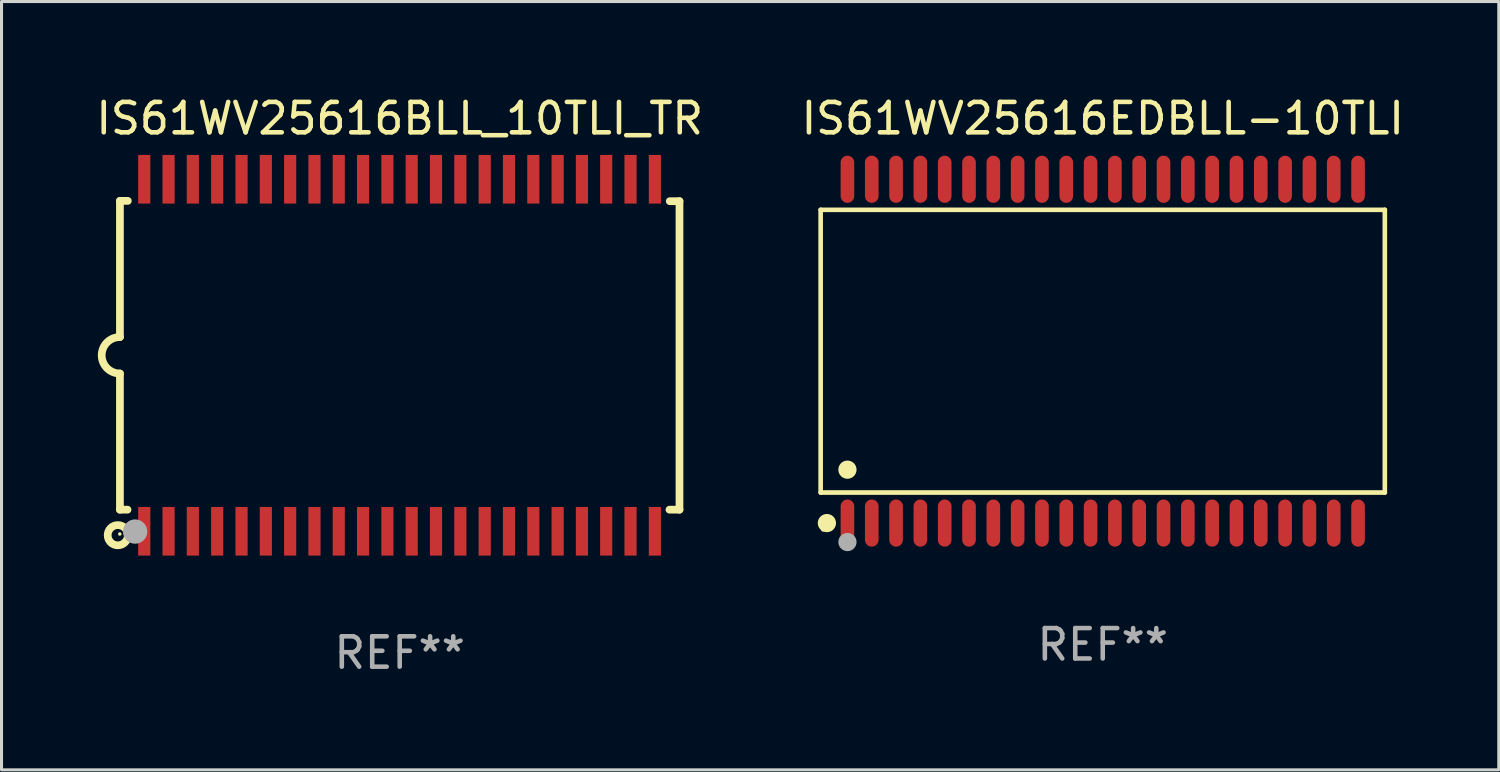
<source format=kicad_pcb>
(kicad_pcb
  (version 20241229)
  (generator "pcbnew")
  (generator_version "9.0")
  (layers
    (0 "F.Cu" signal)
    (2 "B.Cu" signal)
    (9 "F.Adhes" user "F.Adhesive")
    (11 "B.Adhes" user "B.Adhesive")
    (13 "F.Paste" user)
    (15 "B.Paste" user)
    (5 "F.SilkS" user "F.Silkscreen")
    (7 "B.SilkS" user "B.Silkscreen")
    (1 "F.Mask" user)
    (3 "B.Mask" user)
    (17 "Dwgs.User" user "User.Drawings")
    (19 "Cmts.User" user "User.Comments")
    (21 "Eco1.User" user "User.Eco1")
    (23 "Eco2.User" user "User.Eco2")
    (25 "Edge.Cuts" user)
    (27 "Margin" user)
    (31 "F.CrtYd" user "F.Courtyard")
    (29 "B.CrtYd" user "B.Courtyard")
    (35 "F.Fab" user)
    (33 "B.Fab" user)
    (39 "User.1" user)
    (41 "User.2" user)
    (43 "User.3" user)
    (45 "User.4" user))
  (footprint "IS61WV25616EDBLL-10TLI"
    (layer "F.Cu")
    (at 33.232 8.504)
    (property "Reference" "IS61WV25616EDBLL-10TLI" (at 0 -7.656 0) (layer "F.SilkS") (effects (font (size 1 1) (thickness 0.15))))
    (attr through_hole)
    (fp_line (start -9.281 -4.651) (end 9.281 -4.651) (stroke (width 0.152) (type solid)) (layer "F.SilkS"))
    (fp_line (start -9.281 4.651) (end -9.281 -4.651) (stroke (width 0.152) (type solid)) (layer "F.SilkS"))
    (fp_line (start 9.281 -4.651) (end 9.281 4.651) (stroke (width 0.152) (type solid)) (layer "F.SilkS"))
    (fp_line (start 9.281 4.651) (end -9.281 4.651) (stroke (width 0.152) (type solid)) (layer "F.SilkS"))
    (fp_circle (center -9.205 5.88) (end -9.175 5.88) (stroke (width 0.06) (type solid)) (fill no) (layer "F.SilkS"))
    (fp_circle (center -9.076 5.656) (end -8.926 5.656) (stroke (width 0.3) (type solid)) (fill no) (layer "F.SilkS"))
    (fp_circle (center -8.4 3.899) (end -8.25 3.899) (stroke (width 0.3) (type solid)) (fill no) (layer "F.SilkS"))
    (fp_circle (center -8.4 6.28) (end -8.25 6.28) (stroke (width 0.3) (type solid)) (fill no) (layer "F.Fab"))
    (fp_text user "REF**" (at 0 9.656 0) (layer "F.Fab") (effects (font (size 1 1) (thickness 0.15))))
    (pad "1" smd oval (at -8.4 5.656) (size 0.448 1.551) (layers "F.Cu" "F.Mask" "F.Paste"))
    (pad "2" smd oval (at -7.6 5.656) (size 0.448 1.551) (layers "F.Cu" "F.Mask" "F.Paste"))
    (pad "3" smd oval (at -6.8 5.656) (size 0.448 1.551) (layers "F.Cu" "F.Mask" "F.Paste"))
    (pad "4" smd oval (at -6 5.656) (size 0.448 1.551) (layers "F.Cu" "F.Mask" "F.Paste"))
    (pad "5" smd oval (at -5.2 5.656) (size 0.448 1.551) (layers "F.Cu" "F.Mask" "F.Paste"))
    (pad "6" smd oval (at -4.4 5.656) (size 0.448 1.551) (layers "F.Cu" "F.Mask" "F.Paste"))
    (pad "7" smd oval (at -3.6 5.656) (size 0.448 1.551) (layers "F.Cu" "F.Mask" "F.Paste"))
    (pad "8" smd oval (at -2.8 5.656) (size 0.448 1.551) (layers "F.Cu" "F.Mask" "F.Paste"))
    (pad "9" smd oval (at -2 5.656) (size 0.448 1.551) (layers "F.Cu" "F.Mask" "F.Paste"))
    (pad "10" smd oval (at -1.2 5.656) (size 0.448 1.551) (layers "F.Cu" "F.Mask" "F.Paste"))
    (pad "11" smd oval (at -0.4 5.656) (size 0.448 1.551) (layers "F.Cu" "F.Mask" "F.Paste"))
    (pad "12" smd oval (at 0.4 5.656) (size 0.448 1.551) (layers "F.Cu" "F.Mask" "F.Paste"))
    (pad "13" smd oval (at 1.2 5.656) (size 0.448 1.551) (layers "F.Cu" "F.Mask" "F.Paste"))
    (pad "14" smd oval (at 2 5.656) (size 0.448 1.551) (layers "F.Cu" "F.Mask" "F.Paste"))
    (pad "15" smd oval (at 2.8 5.656) (size 0.448 1.551) (layers "F.Cu" "F.Mask" "F.Paste"))
    (pad "16" smd oval (at 3.6 5.656) (size 0.448 1.551) (layers "F.Cu" "F.Mask" "F.Paste"))
    (pad "17" smd oval (at 4.4 5.656) (size 0.448 1.551) (layers "F.Cu" "F.Mask" "F.Paste"))
    (pad "18" smd oval (at 5.2 5.656) (size 0.448 1.551) (layers "F.Cu" "F.Mask" "F.Paste"))
    (pad "19" smd oval (at 6 5.656) (size 0.448 1.551) (layers "F.Cu" "F.Mask" "F.Paste"))
    (pad "20" smd oval (at 6.8 5.656) (size 0.448 1.551) (layers "F.Cu" "F.Mask" "F.Paste"))
    (pad "21" smd oval (at 7.6 5.656) (size 0.448 1.551) (layers "F.Cu" "F.Mask" "F.Paste"))
    (pad "22" smd oval (at 8.4 5.656) (size 0.448 1.551) (layers "F.Cu" "F.Mask" "F.Paste"))
    (pad "23" smd oval (at 8.4 -5.656) (size 0.448 1.551) (layers "F.Cu" "F.Mask" "F.Paste"))
    (pad "24" smd oval (at 7.6 -5.656) (size 0.448 1.551) (layers "F.Cu" "F.Mask" "F.Paste"))
    (pad "25" smd oval (at 6.8 -5.656) (size 0.448 1.551) (layers "F.Cu" "F.Mask" "F.Paste"))
    (pad "26" smd oval (at 6 -5.656) (size 0.448 1.551) (layers "F.Cu" "F.Mask" "F.Paste"))
    (pad "27" smd oval (at 5.2 -5.656) (size 0.448 1.551) (layers "F.Cu" "F.Mask" "F.Paste"))
    (pad "28" smd oval (at 4.4 -5.656) (size 0.448 1.551) (layers "F.Cu" "F.Mask" "F.Paste"))
    (pad "29" smd oval (at 3.6 -5.656) (size 0.448 1.551) (layers "F.Cu" "F.Mask" "F.Paste"))
    (pad "30" smd oval (at 2.8 -5.656) (size 0.448 1.551) (layers "F.Cu" "F.Mask" "F.Paste"))
    (pad "31" smd oval (at 2 -5.656) (size 0.448 1.551) (layers "F.Cu" "F.Mask" "F.Paste"))
    (pad "32" smd oval (at 1.2 -5.656) (size 0.448 1.551) (layers "F.Cu" "F.Mask" "F.Paste"))
    (pad "33" smd oval (at 0.4 -5.656) (size 0.448 1.551) (layers "F.Cu" "F.Mask" "F.Paste"))
    (pad "34" smd oval (at -0.4 -5.656) (size 0.448 1.551) (layers "F.Cu" "F.Mask" "F.Paste"))
    (pad "35" smd oval (at -1.2 -5.656) (size 0.448 1.551) (layers "F.Cu" "F.Mask" "F.Paste"))
    (pad "36" smd oval (at -2 -5.656) (size 0.448 1.551) (layers "F.Cu" "F.Mask" "F.Paste"))
    (pad "37" smd oval (at -2.8 -5.656) (size 0.448 1.551) (layers "F.Cu" "F.Mask" "F.Paste"))
    (pad "38" smd oval (at -3.6 -5.656) (size 0.448 1.551) (layers "F.Cu" "F.Mask" "F.Paste"))
    (pad "39" smd oval (at -4.4 -5.656) (size 0.448 1.551) (layers "F.Cu" "F.Mask" "F.Paste"))
    (pad "40" smd oval (at -5.2 -5.656) (size 0.448 1.551) (layers "F.Cu" "F.Mask" "F.Paste"))
    (pad "41" smd oval (at -6 -5.656) (size 0.448 1.551) (layers "F.Cu" "F.Mask" "F.Paste"))
    (pad "42" smd oval (at -6.8 -5.656) (size 0.448 1.551) (layers "F.Cu" "F.Mask" "F.Paste"))
    (pad "43" smd oval (at -7.6 -5.656) (size 0.448 1.551) (layers "F.Cu" "F.Mask" "F.Paste"))
    (pad "44" smd oval (at -8.4 -5.656) (size 0.448 1.551) (layers "F.Cu" "F.Mask" "F.Paste")))
  (footprint "IS61WV25616BLL_10TLI_TR"
    (layer "F.Cu")
    (at 10.101 8.639)
    (property "Reference" "IS61WV25616BLL_10TLI_TR" (at 0 -7.791 0) (layer "F.SilkS") (effects (font (size 1 1) (thickness 0.15))))
    (attr through_hole)
    (fp_line (start -9.205 -5.08) (end -9.205 -0.6) (stroke (width 0.254) (type solid)) (layer "F.SilkS"))
    (fp_line (start -9.205 5.08) (end -9.205 0.6) (stroke (width 0.254) (type solid)) (layer "F.SilkS"))
    (fp_line (start -8.955 5.08) (end -9.205 5.08) (stroke (width 0.254) (type solid)) (layer "F.SilkS"))
    (fp_line (start -8.945 -5.08) (end -9.205 -5.08) (stroke (width 0.254) (type solid)) (layer "F.SilkS"))
    (fp_line (start 8.885 -5.07) (end 9.205 -5.07) (stroke (width 0.254) (type solid)) (layer "F.SilkS"))
    (fp_line (start 9.205 -5.07) (end 9.205 5.08) (stroke (width 0.254) (type solid)) (layer "F.SilkS"))
    (fp_line (start 9.205 5.08) (end 8.875 5.08) (stroke (width 0.254) (type solid)) (layer "F.SilkS"))
    (fp_arc (start -9.204978 0.6) (mid -9.804623 0.000241) (end -9.204902 -0.599442) (stroke (width 0.254001) (type solid)) (layer "F.SilkS"))
    (fp_circle (center -9.275 5.92) (end -8.942 5.92) (stroke (width 0.254) (type solid)) (fill no) (layer "F.SilkS"))
    (fp_circle (center -9.21 5.88) (end -9.18 5.88) (stroke (width 0.06) (type solid)) (fill no) (layer "F.SilkS"))
    (fp_circle (center -8.705 5.8) (end -8.505 5.8) (stroke (width 0.4) (type solid)) (fill no) (layer "F.Fab"))
    (fp_text user "REF**" (at 0 9.791 0) (layer "F.Fab") (effects (font (size 1 1) (thickness 0.15))))
    (pad "1" smd rect (at -8.405 5.791) (size 0.4 1.6) (layers "F.Cu" "F.Mask" "F.Paste"))
    (pad "2" smd rect (at -7.605 5.791) (size 0.4 1.6) (layers "F.Cu" "F.Mask" "F.Paste"))
    (pad "3" smd rect (at -6.806 5.791) (size 0.4 1.6) (layers "F.Cu" "F.Mask" "F.Paste"))
    (pad "4" smd rect (at -6.005 5.791) (size 0.4 1.6) (layers "F.Cu" "F.Mask" "F.Paste"))
    (pad "5" smd rect (at -5.204 5.791) (size 0.4 1.6) (layers "F.Cu" "F.Mask" "F.Paste"))
    (pad "6" smd rect (at -4.405 5.791) (size 0.4 1.6) (layers "F.Cu" "F.Mask" "F.Paste"))
    (pad "7" smd rect (at -3.604 5.791) (size 0.4 1.6) (layers "F.Cu" "F.Mask" "F.Paste"))
    (pad "8" smd rect (at -2.805 5.791) (size 0.4 1.6) (layers "F.Cu" "F.Mask" "F.Paste"))
    (pad "9" smd rect (at -2.005 5.791) (size 0.4 1.6) (layers "F.Cu" "F.Mask" "F.Paste"))
    (pad "10" smd rect (at -1.206 5.791) (size 0.4 1.6) (layers "F.Cu" "F.Mask" "F.Paste"))
    (pad "11" smd rect (at -0.405 5.791) (size 0.4 1.6) (layers "F.Cu" "F.Mask" "F.Paste"))
    (pad "12" smd rect (at 0.395 5.791) (size 0.4 1.6) (layers "F.Cu" "F.Mask" "F.Paste"))
    (pad "13" smd rect (at 1.194 5.791) (size 0.4 1.6) (layers "F.Cu" "F.Mask" "F.Paste"))
    (pad "14" smd rect (at 1.995 5.791) (size 0.4 1.6) (layers "F.Cu" "F.Mask" "F.Paste"))
    (pad "15" smd rect (at 2.796 5.791) (size 0.4 1.6) (layers "F.Cu" "F.Mask" "F.Paste"))
    (pad "16" smd rect (at 3.595 5.791) (size 0.4 1.6) (layers "F.Cu" "F.Mask" "F.Paste"))
    (pad "17" smd rect (at 4.396 5.791) (size 0.4 1.6) (layers "F.Cu" "F.Mask" "F.Paste"))
    (pad "18" smd rect (at 5.196 5.791) (size 0.4 1.6) (layers "F.Cu" "F.Mask" "F.Paste"))
    (pad "19" smd rect (at 5.995 5.791) (size 0.4 1.6) (layers "F.Cu" "F.Mask" "F.Paste"))
    (pad "20" smd rect (at 6.794 5.791) (size 0.4 1.6) (layers "F.Cu" "F.Mask" "F.Paste"))
    (pad "21" smd rect (at 7.595 5.791) (size 0.4 1.6) (layers "F.Cu" "F.Mask" "F.Paste"))
    (pad "22" smd rect (at 8.395 5.791) (size 0.4 1.6) (layers "F.Cu" "F.Mask" "F.Paste"))
    (pad "23" smd rect (at 8.395 -5.791) (size 0.4 1.6) (layers "F.Cu" "F.Mask" "F.Paste"))
    (pad "24" smd rect (at 7.595 -5.791) (size 0.4 1.6) (layers "F.Cu" "F.Mask" "F.Paste"))
    (pad "25" smd rect (at 6.794 -5.791) (size 0.4 1.6) (layers "F.Cu" "F.Mask" "F.Paste"))
    (pad "26" smd rect (at 5.995 -5.791) (size 0.4 1.6) (layers "F.Cu" "F.Mask" "F.Paste"))
    (pad "27" smd rect (at 5.196 -5.791) (size 0.4 1.6) (layers "F.Cu" "F.Mask" "F.Paste"))
    (pad "28" smd rect (at 4.396 -5.791) (size 0.4 1.6) (layers "F.Cu" "F.Mask" "F.Paste"))
    (pad "29" smd rect (at 3.595 -5.791) (size 0.4 1.6) (layers "F.Cu" "F.Mask" "F.Paste"))
    (pad "30" smd rect (at 2.796 -5.791) (size 0.4 1.6) (layers "F.Cu" "F.Mask" "F.Paste"))
    (pad "31" smd rect (at 1.995 -5.791) (size 0.4 1.6) (layers "F.Cu" "F.Mask" "F.Paste"))
    (pad "32" smd rect (at 1.194 -5.791) (size 0.4 1.6) (layers "F.Cu" "F.Mask" "F.Paste"))
    (pad "33" smd rect (at 0.395 -5.791) (size 0.4 1.6) (layers "F.Cu" "F.Mask" "F.Paste"))
    (pad "34" smd rect (at -0.405 -5.791) (size 0.4 1.6) (layers "F.Cu" "F.Mask" "F.Paste"))
    (pad "35" smd rect (at -1.206 -5.791) (size 0.4 1.6) (layers "F.Cu" "F.Mask" "F.Paste"))
    (pad "36" smd rect (at -2.005 -5.791) (size 0.4 1.6) (layers "F.Cu" "F.Mask" "F.Paste"))
    (pad "37" smd rect (at -2.805 -5.791) (size 0.4 1.6) (layers "F.Cu" "F.Mask" "F.Paste"))
    (pad "38" smd rect (at -3.604 -5.791) (size 0.4 1.6) (layers "F.Cu" "F.Mask" "F.Paste"))
    (pad "39" smd rect (at -4.405 -5.791) (size 0.4 1.6) (layers "F.Cu" "F.Mask" "F.Paste"))
    (pad "40" smd rect (at -5.204 -5.791) (size 0.4 1.6) (layers "F.Cu" "F.Mask" "F.Paste"))
    (pad "41" smd rect (at -6.005 -5.791) (size 0.4 1.6) (layers "F.Cu" "F.Mask" "F.Paste"))
    (pad "42" smd rect (at -6.806 -5.791) (size 0.4 1.6) (layers "F.Cu" "F.Mask" "F.Paste"))
    (pad "43" smd rect (at -7.605 -5.791) (size 0.4 1.6) (layers "F.Cu" "F.Mask" "F.Paste"))
    (pad "44" smd rect (at -8.405 -5.791) (size 0.4 1.6) (layers "F.Cu" "F.Mask" "F.Paste")))
  (gr_rect
    (start -3 -3)
    (end 46.262 22.279)
    (stroke (width 0.1) (type default))
    (fill no)
    (layer "Edge.Cuts")))
</source>
